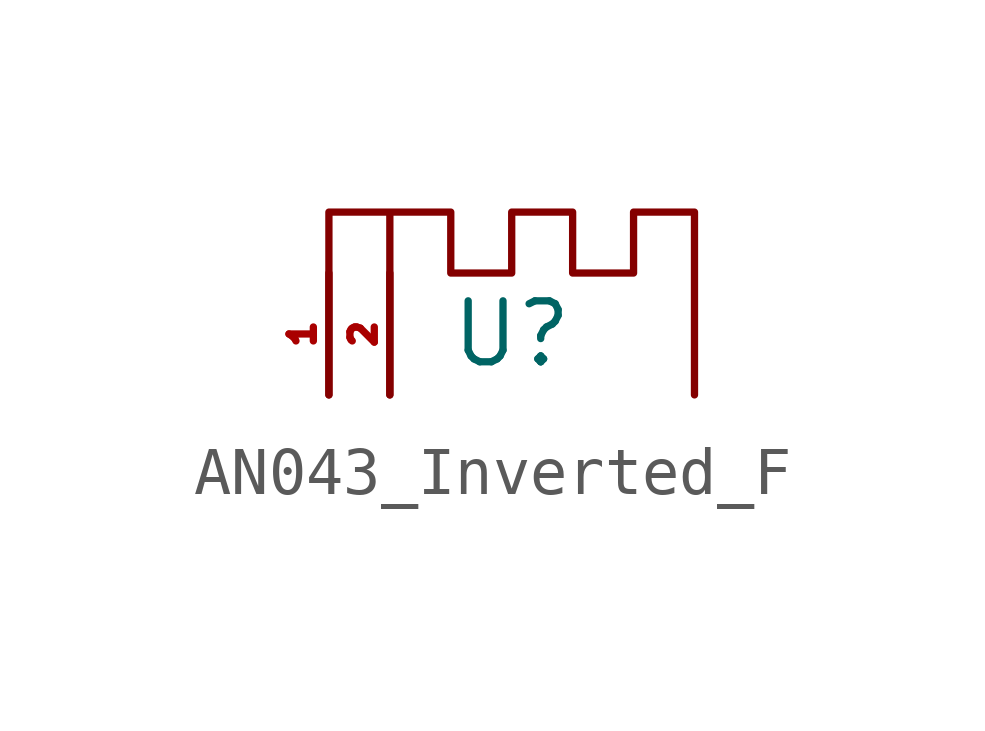
<source format=kicad_sym>
(kicad_symbol_lib
  (version 20231120)
  (generator "kicad_symbol_editor")
  (generator_version "8.0")
  (symbol "AN043_Inverted_F"
    (property "Reference" "U"
      (at 0 0 0)
      (effects (font (size 1.27 1.27))))
    (property "Value" ""
      (at -2.54 -1.27 0)
      (effects (font (size 1.27 1.27))))
    (symbol "AN043_Inverted_F_0_1"
      (polyline (pts (xy 3.81 -1.27) (xy 3.81 2.54) (xy 2.54 2.54) (xy 2.54 1.27) (xy 1.27 1.27) (xy 1.27 2.54) (xy 0 2.54) (xy 0 1.27) (xy -1.27 1.27) (xy -1.27 2.54) (xy -2.54 2.54) (xy -2.54 -1.27) (xy -2.54 2.54) (xy -3.81 2.54) (xy -3.81 -1.27)) (stroke (width 0) (type default)) (fill (type none))))
    (symbol "AN043_Inverted_F_1_1"
      (pin input line (at -3.81 -1.27 90) (length 2.54) (name "" (effects (font (size 0 0)))) (number "1" (effects (font (size 0.508 0.508)))))
      (pin input line (at -2.54 -1.27 90) (length 2.54) (name "FP" (effects (font (size 0 0)))) (number "2" (effects (font (size 0.508 0.508))))))))
</source>
